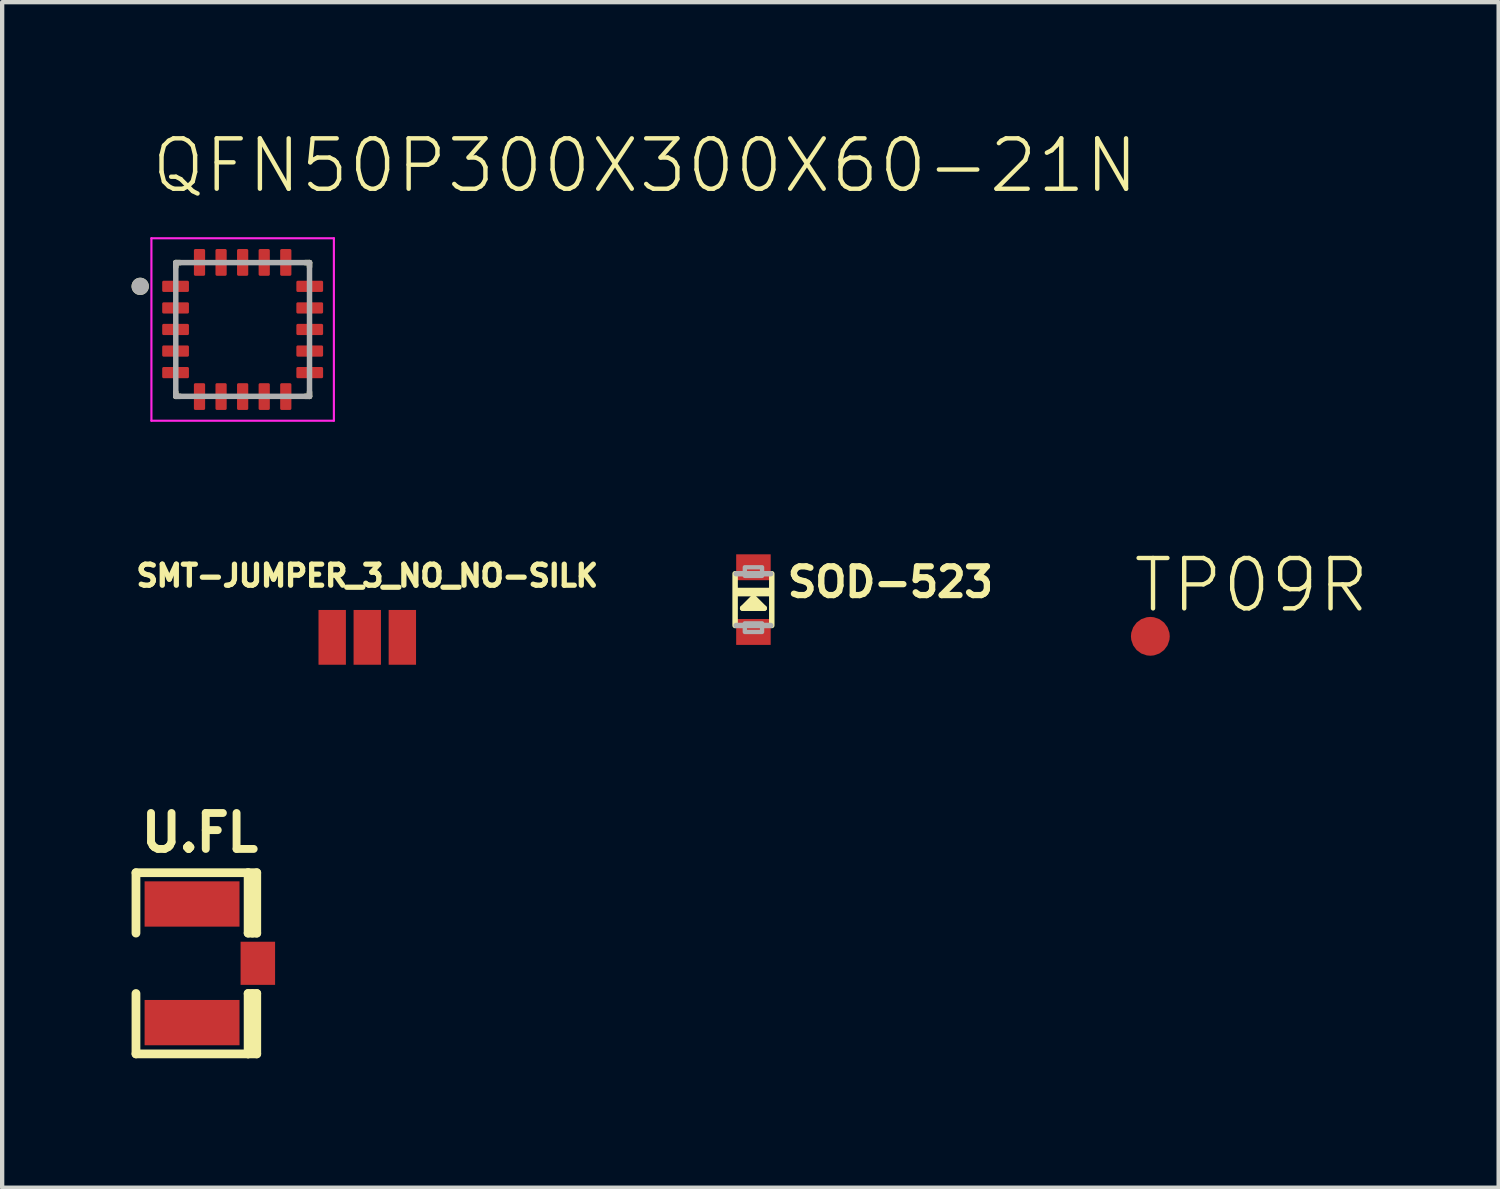
<source format=kicad_pcb>
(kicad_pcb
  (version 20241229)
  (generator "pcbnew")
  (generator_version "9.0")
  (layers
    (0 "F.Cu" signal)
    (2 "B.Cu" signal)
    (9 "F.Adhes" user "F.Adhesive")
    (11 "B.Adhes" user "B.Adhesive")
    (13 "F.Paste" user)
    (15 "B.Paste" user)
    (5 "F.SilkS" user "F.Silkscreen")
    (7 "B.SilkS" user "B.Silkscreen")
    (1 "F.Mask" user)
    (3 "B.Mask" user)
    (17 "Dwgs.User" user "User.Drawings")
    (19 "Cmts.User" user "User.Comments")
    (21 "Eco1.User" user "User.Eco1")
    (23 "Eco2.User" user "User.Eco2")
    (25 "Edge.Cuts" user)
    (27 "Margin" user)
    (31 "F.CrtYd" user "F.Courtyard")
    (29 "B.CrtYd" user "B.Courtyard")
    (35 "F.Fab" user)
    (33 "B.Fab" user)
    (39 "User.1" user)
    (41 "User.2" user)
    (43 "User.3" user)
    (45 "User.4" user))
  (footprint "QFN50P300X300X60-21N"
    (layer "F.Cu")
    (at 2.575 4.588)
    (property "Reference" "QFN50P300X300X60-21N" (at -2.17 -3.115 0) (layer "F.SilkS") (effects (font (size 1.168 1.168) (thickness 0.102)) (justify left bottom)))
    (fp_line (start -1.55 -1.55) (end -1.55 -1.45) (stroke (width 0.127) (type solid)) (layer "F.SilkS"))
    (fp_line (start -1.55 -1.55) (end -1.45 -1.55) (stroke (width 0.127) (type solid)) (layer "F.SilkS"))
    (fp_line (start -1.55 1.55) (end -1.55 1.45) (stroke (width 0.127) (type solid)) (layer "F.SilkS"))
    (fp_line (start -1.55 1.55) (end -1.45 1.55) (stroke (width 0.127) (type solid)) (layer "F.SilkS"))
    (fp_line (start 1.55 -1.55) (end 1.45 -1.55) (stroke (width 0.127) (type solid)) (layer "F.SilkS"))
    (fp_line (start 1.55 -1.55) (end 1.55 -1.45) (stroke (width 0.127) (type solid)) (layer "F.SilkS"))
    (fp_line (start 1.55 1.55) (end 1.45 1.55) (stroke (width 0.127) (type solid)) (layer "F.SilkS"))
    (fp_line (start 1.55 1.55) (end 1.55 1.45) (stroke (width 0.127) (type solid)) (layer "F.SilkS"))
    (fp_circle (center -2.375 -1) (end -2.275 -1) (stroke (width 0.2) (type solid)) (fill no) (layer "F.SilkS"))
    (fp_line (start -2.115 -2.115) (end 2.115 -2.115) (stroke (width 0.05) (type solid)) (layer "F.CrtYd"))
    (fp_line (start -2.115 2.115) (end -2.115 -2.115) (stroke (width 0.05) (type solid)) (layer "F.CrtYd"))
    (fp_line (start -2.115 2.115) (end 2.115 2.115) (stroke (width 0.05) (type solid)) (layer "F.CrtYd"))
    (fp_line (start 2.115 2.115) (end 2.115 -2.115) (stroke (width 0.05) (type solid)) (layer "F.CrtYd"))
    (fp_line (start -1.55 1.55) (end -1.55 -1.55) (stroke (width 0.127) (type solid)) (layer "F.Fab"))
    (fp_line (start 1.55 -1.55) (end -1.55 -1.55) (stroke (width 0.127) (type solid)) (layer "F.Fab"))
    (fp_line (start 1.55 1.55) (end -1.55 1.55) (stroke (width 0.127) (type solid)) (layer "F.Fab"))
    (fp_line (start 1.55 1.55) (end 1.55 -1.55) (stroke (width 0.127) (type solid)) (layer "F.Fab"))
    (fp_circle (center -2.375 -1) (end -2.275 -1) (stroke (width 0.2) (type solid)) (fill no) (layer "F.Fab"))
    (pad "1" smd roundrect (at -1.555 -1) (size 0.62 0.26) (layers "F.Cu" "F.Mask" "F.Paste") (roundrect_rratio 0.125))
    (pad "2" smd roundrect (at -1.555 -0.5) (size 0.62 0.26) (layers "F.Cu" "F.Mask" "F.Paste") (roundrect_rratio 0.125))
    (pad "3" smd roundrect (at -1.555 0) (size 0.62 0.26) (layers "F.Cu" "F.Mask" "F.Paste") (roundrect_rratio 0.125))
    (pad "4" smd roundrect (at -1.555 0.5) (size 0.62 0.26) (layers "F.Cu" "F.Mask" "F.Paste") (roundrect_rratio 0.125))
    (pad "5" smd roundrect (at -1.555 1) (size 0.62 0.26) (layers "F.Cu" "F.Mask" "F.Paste") (roundrect_rratio 0.125))
    (pad "6" smd roundrect (at -1 1.555 90) (size 0.62 0.26) (layers "F.Cu" "F.Mask" "F.Paste") (roundrect_rratio 0.125))
    (pad "7" smd roundrect (at -0.5 1.555 90) (size 0.62 0.26) (layers "F.Cu" "F.Mask" "F.Paste") (roundrect_rratio 0.125))
    (pad "8" smd roundrect (at 0 1.555 90) (size 0.62 0.26) (layers "F.Cu" "F.Mask" "F.Paste") (roundrect_rratio 0.125))
    (pad "9" smd roundrect (at 0.5 1.555 90) (size 0.62 0.26) (layers "F.Cu" "F.Mask" "F.Paste") (roundrect_rratio 0.125))
    (pad "10" smd roundrect (at 1 1.555 90) (size 0.62 0.26) (layers "F.Cu" "F.Mask" "F.Paste") (roundrect_rratio 0.125))
    (pad "11" smd roundrect (at 1.555 1) (size 0.62 0.26) (layers "F.Cu" "F.Mask" "F.Paste") (roundrect_rratio 0.125))
    (pad "12" smd roundrect (at 1.555 0.5) (size 0.62 0.26) (layers "F.Cu" "F.Mask" "F.Paste") (roundrect_rratio 0.125))
    (pad "13" smd roundrect (at 1.555 0) (size 0.62 0.26) (layers "F.Cu" "F.Mask" "F.Paste") (roundrect_rratio 0.125))
    (pad "14" smd roundrect (at 1.555 -0.5) (size 0.62 0.26) (layers "F.Cu" "F.Mask" "F.Paste") (roundrect_rratio 0.125))
    (pad "15" smd roundrect (at 1.555 -1) (size 0.62 0.26) (layers "F.Cu" "F.Mask" "F.Paste") (roundrect_rratio 0.125))
    (pad "16" smd roundrect (at 1 -1.555 90) (size 0.62 0.26) (layers "F.Cu" "F.Mask" "F.Paste") (roundrect_rratio 0.125))
    (pad "17" smd roundrect (at 0.5 -1.555 90) (size 0.62 0.26) (layers "F.Cu" "F.Mask" "F.Paste") (roundrect_rratio 0.125))
    (pad "18" smd roundrect (at 0 -1.555 90) (size 0.62 0.26) (layers "F.Cu" "F.Mask" "F.Paste") (roundrect_rratio 0.125))
    (pad "19" smd roundrect (at -0.5 -1.555 90) (size 0.62 0.26) (layers "F.Cu" "F.Mask" "F.Paste") (roundrect_rratio 0.125))
    (pad "20" smd roundrect (at -1 -1.555 90) (size 0.62 0.26) (layers "F.Cu" "F.Mask" "F.Paste") (roundrect_rratio 0.125)))
  (footprint "TP09R"
    (layer "F.Cu")
    (at 23.617 11.701)
    (property "Reference" "TP09R" (at -0.45 -0.5 0) (layer "F.SilkS") (effects (font (size 1.168 1.168) (thickness 0.102)) (justify left bottom)))
    (pad "TP" smd roundrect (at 0 0) (size 0.9 0.9) (layers "F.Cu" "F.Mask") (roundrect_rratio 0.5)))
  (footprint "SMT-JUMPER_3_NO_NO-SILK"
    (layer "F.Cu")
    (at 5.464 11.725)
    (property "Reference" "SMT-JUMPER_3_NO_NO-SILK" (at 0 -1.143 0) (layer "F.SilkS") (effects (font (size 0.488 0.488) (thickness 0.122)) (justify bottom)))
    (pad "1" smd rect (at -0.813 0) (size 0.635 1.27) (layers "F.Cu" "F.Mask"))
    (pad "2" smd rect (at 0 0) (size 0.635 1.27) (layers "F.Cu" "F.Mask"))
    (pad "3" smd rect (at 0.813 0) (size 0.635 1.27) (layers "F.Cu" "F.Mask")))
  (footprint "SOD-523"
    (layer "F.Cu")
    (at 14.416 10.85)
    (property "Reference" "SOD-523" (at 0.716 -0.016 0) (layer "F.SilkS") (effects (font (size 0.666 0.666) (thickness 0.146)) (justify left bottom)))
    (fp_line (start -0.425 0.6) (end -0.425 -0.6) (stroke (width 0.127) (type solid)) (layer "F.SilkS"))
    (fp_line (start -0.25 0.2) (end 0 -0.05) (stroke (width 0.127) (type solid)) (layer "F.SilkS"))
    (fp_line (start 0 -0.05) (end 0.25 0.2) (stroke (width 0.127) (type solid)) (layer "F.SilkS"))
    (fp_line (start 0.25 0.2) (end -0.25 0.2) (stroke (width 0.127) (type solid)) (layer "F.SilkS"))
    (fp_line (start 0.425 -0.6) (end 0.425 0.6) (stroke (width 0.127) (type solid)) (layer "F.SilkS"))
    (fp_poly (pts (xy 0.311 0.225) (xy -0.311 0.225) (xy 0 -0.086)) (stroke (width 0) (type default)) (fill yes) (layer "F.SilkS"))
    (fp_poly (pts (xy -0.4 -0.275) (xy -0.4 -0.075) (xy 0.4 -0.075) (xy 0.4 -0.275)) (stroke (width 0) (type default)) (fill yes) (layer "F.SilkS"))
    (fp_line (start -0.4 -0.6) (end 0.4 -0.6) (stroke (width 0.127) (type solid)) (layer "F.Fab"))
    (fp_line (start 0.4 0.6) (end -0.4 0.6) (stroke (width 0.127) (type solid)) (layer "F.Fab"))
    (fp_poly (pts (xy -0.2 -0.75) (xy -0.2 -0.55) (xy 0.2 -0.55) (xy 0.2 -0.75)) (stroke (width 0.1) (type default)) (fill no) (layer "F.Fab"))
    (fp_poly (pts (xy -0.2 0.55) (xy -0.2 0.75) (xy 0.2 0.75) (xy 0.2 0.55)) (stroke (width 0.1) (type default)) (fill no) (layer "F.Fab"))
    (pad "A" smd rect (at 0 0.75) (size 0.8 0.6) (layers "F.Cu" "F.Mask" "F.Paste"))
    (pad "K" smd rect (at 0 -0.75) (size 0.8 0.6) (layers "F.Cu" "F.Mask" "F.Paste")))
  (footprint "U.FL"
    (layer "F.Cu")
    (at 1.402 19.281)
    (property "Reference" "U.FL" (at -1.27 -2.54 0) (layer "F.SilkS") (effects (font (size 0.833 0.833) (thickness 0.183)) (justify left bottom)))
    (fp_line (start -1.3 -0.7) (end -1.3 -2.1) (stroke (width 0.203) (type solid)) (layer "F.SilkS"))
    (fp_line (start -1.3 2.1) (end -1.3 0.7) (stroke (width 0.203) (type solid)) (layer "F.SilkS"))
    (fp_line (start -1.3 2.1) (end 1.3 2.1) (stroke (width 0.203) (type solid)) (layer "F.SilkS"))
    (fp_line (start 1.3 -2.1) (end -1.3 -2.1) (stroke (width 0.203) (type solid)) (layer "F.SilkS"))
    (fp_line (start 1.3 -0.7) (end 1.3 -2.1) (stroke (width 0.203) (type solid)) (layer "F.SilkS"))
    (fp_line (start 1.3 2.1) (end 1.3 0.7) (stroke (width 0.203) (type solid)) (layer "F.SilkS"))
    (fp_line (start 1.4 -0.7) (end 1.4 -2) (stroke (width 0.203) (type solid)) (layer "F.SilkS"))
    (fp_line (start 1.4 2) (end 1.4 0.7) (stroke (width 0.203) (type solid)) (layer "F.SilkS"))
    (fp_line (start 1.5 -2.1) (end 1.3 -2.1) (stroke (width 0.203) (type solid)) (layer "F.SilkS"))
    (fp_line (start 1.5 -0.7) (end 1.3 -0.7) (stroke (width 0.203) (type solid)) (layer "F.SilkS"))
    (fp_line (start 1.5 -0.7) (end 1.5 -2.1) (stroke (width 0.203) (type solid)) (layer "F.SilkS"))
    (fp_line (start 1.5 0.7) (end 1.3 0.7) (stroke (width 0.203) (type solid)) (layer "F.SilkS"))
    (fp_line (start 1.5 2.1) (end 1.3 2.1) (stroke (width 0.203) (type solid)) (layer "F.SilkS"))
    (fp_line (start 1.5 2.1) (end 1.5 0.7) (stroke (width 0.203) (type solid)) (layer "F.SilkS"))
    (pad "1" smd rect (at 0 -1.375) (size 2.2 1.05) (layers "F.Cu" "F.Mask" "F.Paste"))
    (pad "2" smd rect (at 0 1.375) (size 2.2 1.05) (layers "F.Cu" "F.Mask" "F.Paste"))
    (pad "3" smd rect (at 1.525 0) (size 0.8 1) (layers "F.Cu" "F.Mask" "F.Paste"))
    (zone (net_name "") (layer "F.Cu") (hatch edge 0.5) (connect_pads) (min_thickness 0.25) (filled_areas_thickness no) (keepout (tracks not_allowed) (vias not_allowed) (pads not_allowed) (copperpour not_allowed) (footprints allowed)) (placement (enabled no)) (fill) (polygon (pts (xy 0.513 20.107) (xy 2.291 20.107) (xy 2.291 18.456) (xy 0.513 18.456)))))
  (gr_rect
    (start -3 -3)
    (end 31.691 24.483)
    (stroke (width 0.1) (type default))
    (fill no)
    (layer "Edge.Cuts")))
</source>
